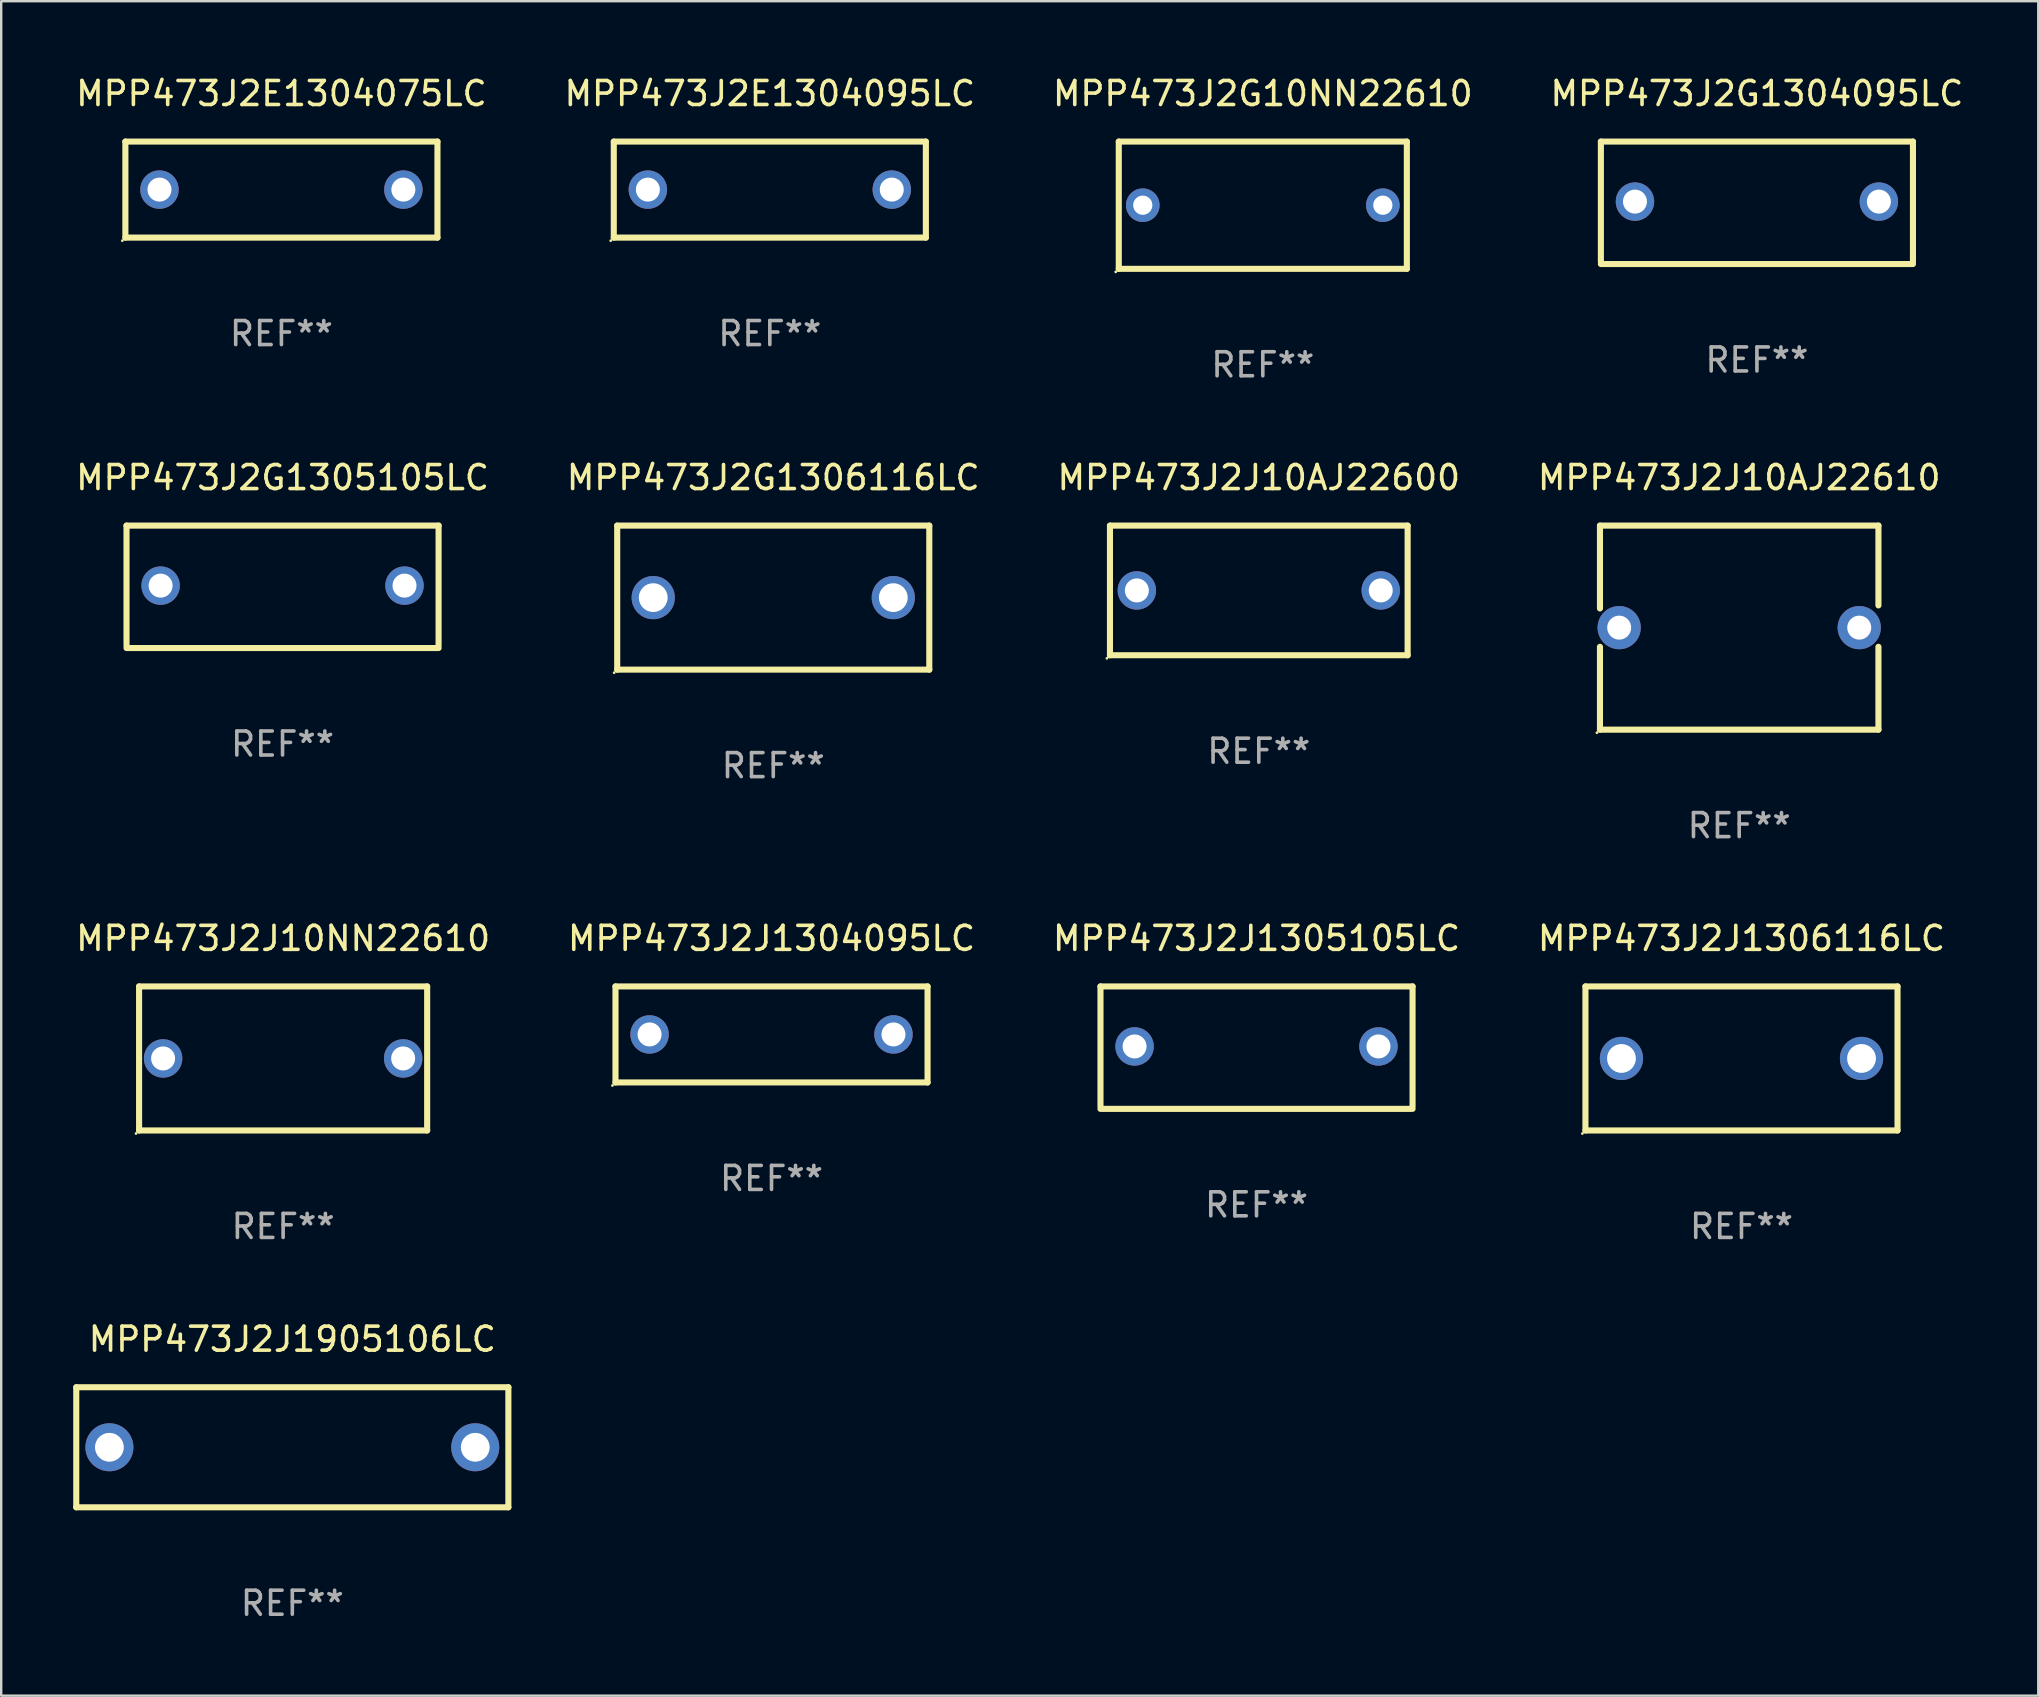
<source format=kicad_pcb>
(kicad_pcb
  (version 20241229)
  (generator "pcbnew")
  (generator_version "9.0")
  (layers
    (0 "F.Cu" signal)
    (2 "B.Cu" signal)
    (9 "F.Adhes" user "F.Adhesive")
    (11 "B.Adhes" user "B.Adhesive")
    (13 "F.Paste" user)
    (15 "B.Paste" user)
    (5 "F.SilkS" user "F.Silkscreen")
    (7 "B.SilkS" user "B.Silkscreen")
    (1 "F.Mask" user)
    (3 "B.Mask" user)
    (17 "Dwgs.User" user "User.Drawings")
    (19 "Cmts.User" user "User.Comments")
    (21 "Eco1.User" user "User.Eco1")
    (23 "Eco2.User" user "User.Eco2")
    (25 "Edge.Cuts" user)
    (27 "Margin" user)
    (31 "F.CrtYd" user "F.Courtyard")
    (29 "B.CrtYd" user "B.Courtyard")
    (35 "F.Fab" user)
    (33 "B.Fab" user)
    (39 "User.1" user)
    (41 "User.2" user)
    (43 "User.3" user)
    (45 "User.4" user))
  (footprint "MPP473J2G1306116LC"
    (layer "F.Cu")
    (at 29.161 21.845)
    (property "Reference" "MPP473J2G1306116LC" (at 0 -5 0) (layer "F.SilkS") (effects (font (size 1 1) (thickness 0.15))))
    (attr through_hole)
    (fp_line (start -6.5 -3) (end 6.5 -3) (stroke (width 0.254) (type solid)) (layer "F.SilkS"))
    (fp_line (start -6.5 3) (end -6.5 -3) (stroke (width 0.254) (type solid)) (layer "F.SilkS"))
    (fp_line (start -6.5 3) (end 6.5 3) (stroke (width 0.254) (type solid)) (layer "F.SilkS"))
    (fp_line (start 6.5 -3) (end 6.5 3) (stroke (width 0.254) (type solid)) (layer "F.SilkS"))
    (fp_circle (center -6.627 3.127) (end -6.597 3.127) (stroke (width 0.06) (type solid)) (fill no) (layer "F.SilkS"))
    (fp_text user "REF**" (at 0 7 0) (layer "F.Fab") (effects (font (size 1 1) (thickness 0.15))))
    (pad "1" thru_hole circle (at -5 0) (size 1.8 1.8) (drill 1.2) (layers "*.Cu" "*.Mask"))
    (pad "2" thru_hole circle (at 5 0) (size 1.8 1.8) (drill 1.2) (layers "*.Cu" "*.Mask")))
  (footprint "MPP473J2E1304075LC"
    (layer "F.Cu")
    (at 8.673 4.848)
    (property "Reference" "MPP473J2E1304075LC" (at 0 -4 0) (layer "F.SilkS") (effects (font (size 1 1) (thickness 0.15))))
    (attr through_hole)
    (fp_line (start -6.5 -2) (end 6.5 -2) (stroke (width 0.254) (type solid)) (layer "F.SilkS"))
    (fp_line (start -6.5 2) (end -6.5 -2) (stroke (width 0.254) (type solid)) (layer "F.SilkS"))
    (fp_line (start 6.5 -2) (end 6.5 2) (stroke (width 0.254) (type solid)) (layer "F.SilkS"))
    (fp_line (start 6.5 2) (end -6.5 2) (stroke (width 0.254) (type solid)) (layer "F.SilkS"))
    (fp_circle (center -6.627 2.127) (end -6.597 2.127) (stroke (width 0.06) (type solid)) (fill no) (layer "F.SilkS"))
    (fp_text user "REF**" (at 0 6 0) (layer "F.Fab") (effects (font (size 1 1) (thickness 0.15))))
    (pad "1" thru_hole circle (at -5.08 0) (size 1.6 1.6) (drill 1) (layers "*.Cu" "*.Mask"))
    (pad "2" thru_hole circle (at 5.08 0) (size 1.6 1.6) (drill 1) (layers "*.Cu" "*.Mask")))
  (footprint "MPP473J2J1304095LC"
    (layer "F.Cu")
    (at 29.089 40.041)
    (property "Reference" "MPP473J2J1304095LC" (at 0 -4 0) (layer "F.SilkS") (effects (font (size 1 1) (thickness 0.15))))
    (attr through_hole)
    (fp_line (start -6.5 -2) (end 6.5 -2) (stroke (width 0.254) (type solid)) (layer "F.SilkS"))
    (fp_line (start -6.5 2) (end -6.5 -2) (stroke (width 0.254) (type solid)) (layer "F.SilkS"))
    (fp_line (start 6.5 -2) (end 6.5 2) (stroke (width 0.254) (type solid)) (layer "F.SilkS"))
    (fp_line (start 6.5 2) (end -6.5 2) (stroke (width 0.254) (type solid)) (layer "F.SilkS"))
    (fp_circle (center -6.627 2.127) (end -6.597 2.127) (stroke (width 0.06) (type solid)) (fill no) (layer "F.SilkS"))
    (fp_text user "REF**" (at 0 6 0) (layer "F.Fab") (effects (font (size 1 1) (thickness 0.15))))
    (pad "1" thru_hole circle (at -5.08 0) (size 1.6 1.6) (drill 1) (layers "*.Cu" "*.Mask"))
    (pad "2" thru_hole circle (at 5.08 0) (size 1.6 1.6) (drill 1) (layers "*.Cu" "*.Mask")))
  (footprint "MPP473J2J1305105LC"
    (layer "F.Cu")
    (at 49.292 40.591)
    (property "Reference" "MPP473J2J1305105LC" (at 0 -4.55 0) (layer "F.SilkS") (effects (font (size 1 1) (thickness 0.15))))
    (attr through_hole)
    (fp_line (start -6.5 -2.55) (end 6.5 -2.55) (stroke (width 0.254) (type solid)) (layer "F.SilkS"))
    (fp_line (start -6.5 2.45) (end -6.5 -2.55) (stroke (width 0.254) (type solid)) (layer "F.SilkS"))
    (fp_line (start 6.5 -2.55) (end 6.5 2.45) (stroke (width 0.254) (type solid)) (layer "F.SilkS"))
    (fp_line (start 6.5 2.55) (end -6.5 2.55) (stroke (width 0.254) (type solid)) (layer "F.SilkS"))
    (fp_circle (center -6.5 2.45) (end -6.47 2.45) (stroke (width 0.06) (type solid)) (fill no) (layer "F.SilkS"))
    (fp_text user "REF**" (at 0 6.55 0) (layer "F.Fab") (effects (font (size 1 1) (thickness 0.15))))
    (pad "1" thru_hole circle (at -5.08 -0.05) (size 1.6 1.6) (drill 1) (layers "*.Cu" "*.Mask"))
    (pad "2" thru_hole circle (at 5.08 -0.05) (size 1.6 1.6) (drill 1) (layers "*.Cu" "*.Mask")))
  (footprint "MPP473J2G10NN22610"
    (layer "F.Cu")
    (at 49.554 5.498)
    (property "Reference" "MPP473J2G10NN22610" (at 0 -4.65 0) (layer "F.SilkS") (effects (font (size 1 1) (thickness 0.15))))
    (attr through_hole)
    (fp_line (start -6 -2.65) (end -6 2.65) (stroke (width 0.254) (type solid)) (layer "F.SilkS"))
    (fp_line (start -6 -2.65) (end 6 -2.65) (stroke (width 0.254) (type solid)) (layer "F.SilkS"))
    (fp_line (start 6 -2.65) (end 6 2.65) (stroke (width 0.254) (type solid)) (layer "F.SilkS"))
    (fp_line (start 6 2.65) (end -6 2.65) (stroke (width 0.254) (type solid)) (layer "F.SilkS"))
    (fp_circle (center -6.127 2.777) (end -6.097 2.777) (stroke (width 0.06) (type solid)) (fill no) (layer "F.SilkS"))
    (fp_text user "REF**" (at 0 6.65 0) (layer "F.Fab") (effects (font (size 1 1) (thickness 0.15))))
    (pad "1" thru_hole circle (at -5 0) (size 1.4 1.4) (drill 0.8) (layers "*.Cu" "*.Mask"))
    (pad "2" thru_hole circle (at 5 0) (size 1.4 1.4) (drill 0.8) (layers "*.Cu" "*.Mask")))
  (footprint "MPP473J2J10NN22610"
    (layer "F.Cu")
    (at 8.744 41.041)
    (property "Reference" "MPP473J2J10NN22610" (at 0 -5 0) (layer "F.SilkS") (effects (font (size 1 1) (thickness 0.15))))
    (attr through_hole)
    (fp_line (start -6 -3) (end 6 -3) (stroke (width 0.254) (type solid)) (layer "F.SilkS"))
    (fp_line (start -6 3) (end -6 -3) (stroke (width 0.254) (type solid)) (layer "F.SilkS"))
    (fp_line (start 6 -3) (end 6 3) (stroke (width 0.254) (type solid)) (layer "F.SilkS"))
    (fp_line (start 6 3) (end -6 3) (stroke (width 0.254) (type solid)) (layer "F.SilkS"))
    (fp_circle (center -6.127 3.127) (end -6.097 3.127) (stroke (width 0.06) (type solid)) (fill no) (layer "F.SilkS"))
    (fp_text user "REF**" (at 0 7 0) (layer "F.Fab") (effects (font (size 1 1) (thickness 0.15))))
    (pad "1" thru_hole circle (at -5 0) (size 1.6 1.6) (drill 1) (layers "*.Cu" "*.Mask"))
    (pad "2" thru_hole circle (at 5 0) (size 1.6 1.6) (drill 1) (layers "*.Cu" "*.Mask")))
  (footprint "MPP473J2G1305105LC"
    (layer "F.Cu")
    (at 8.72 21.395)
    (property "Reference" "MPP473J2G1305105LC" (at 0 -4.55 0) (layer "F.SilkS") (effects (font (size 1 1) (thickness 0.15))))
    (attr through_hole)
    (fp_line (start -6.5 -2.55) (end 6.5 -2.55) (stroke (width 0.254) (type solid)) (layer "F.SilkS"))
    (fp_line (start -6.5 2.45) (end -6.5 -2.55) (stroke (width 0.254) (type solid)) (layer "F.SilkS"))
    (fp_line (start 6.5 -2.55) (end 6.5 2.45) (stroke (width 0.254) (type solid)) (layer "F.SilkS"))
    (fp_line (start 6.5 2.55) (end -6.5 2.55) (stroke (width 0.254) (type solid)) (layer "F.SilkS"))
    (fp_circle (center -6.5 2.45) (end -6.47 2.45) (stroke (width 0.06) (type solid)) (fill no) (layer "F.SilkS"))
    (fp_text user "REF**" (at 0 6.55 0) (layer "F.Fab") (effects (font (size 1 1) (thickness 0.15))))
    (pad "1" thru_hole circle (at -5.08 -0.05) (size 1.6 1.6) (drill 1) (layers "*.Cu" "*.Mask"))
    (pad "2" thru_hole circle (at 5.08 -0.05) (size 1.6 1.6) (drill 1) (layers "*.Cu" "*.Mask")))
  (footprint "MPP473J2J10AJ22600"
    (layer "F.Cu")
    (at 49.387 21.545)
    (property "Reference" "MPP473J2J10AJ22600" (at 0 -4.7 0) (layer "F.SilkS") (effects (font (size 1 1) (thickness 0.15))))
    (attr through_hole)
    (fp_line (start -6.2 -2.7) (end 6.2 -2.7) (stroke (width 0.254) (type solid)) (layer "F.SilkS"))
    (fp_line (start -6.2 2.7) (end -6.2 -2.7) (stroke (width 0.254) (type solid)) (layer "F.SilkS"))
    (fp_line (start 6.2 -2.7) (end 6.2 2.7) (stroke (width 0.254) (type solid)) (layer "F.SilkS"))
    (fp_line (start 6.2 2.7) (end -6.2 2.7) (stroke (width 0.254) (type solid)) (layer "F.SilkS"))
    (fp_circle (center -6.327 2.827) (end -6.297 2.827) (stroke (width 0.06) (type solid)) (fill no) (layer "F.SilkS"))
    (fp_text user "REF**" (at 0 6.7 0) (layer "F.Fab") (effects (font (size 1 1) (thickness 0.15))))
    (pad "1" thru_hole circle (at -5.08 0) (size 1.6 1.6) (drill 1) (layers "*.Cu" "*.Mask"))
    (pad "2" thru_hole circle (at 5.08 0) (size 1.6 1.6) (drill 1) (layers "*.Cu" "*.Mask")))
  (footprint "MPP473J2J1306116LC"
    (layer "F.Cu")
    (at 69.494 41.041)
    (property "Reference" "MPP473J2J1306116LC" (at 0 -5 0) (layer "F.SilkS") (effects (font (size 1 1) (thickness 0.15))))
    (attr through_hole)
    (fp_line (start -6.5 -3) (end 6.5 -3) (stroke (width 0.254) (type solid)) (layer "F.SilkS"))
    (fp_line (start -6.5 3) (end -6.5 -3) (stroke (width 0.254) (type solid)) (layer "F.SilkS"))
    (fp_line (start -6.5 3) (end 6.5 3) (stroke (width 0.254) (type solid)) (layer "F.SilkS"))
    (fp_line (start 6.5 -3) (end 6.5 3) (stroke (width 0.254) (type solid)) (layer "F.SilkS"))
    (fp_circle (center -6.627 3.127) (end -6.597 3.127) (stroke (width 0.06) (type solid)) (fill no) (layer "F.SilkS"))
    (fp_text user "REF**" (at 0 7 0) (layer "F.Fab") (effects (font (size 1 1) (thickness 0.15))))
    (pad "1" thru_hole circle (at -5 0) (size 1.8 1.8) (drill 1.2) (layers "*.Cu" "*.Mask"))
    (pad "2" thru_hole circle (at 5 0) (size 1.8 1.8) (drill 1.2) (layers "*.Cu" "*.Mask")))
  (footprint "MPP473J2J1905106LC"
    (layer "F.Cu")
    (at 9.127 57.238)
    (property "Reference" "MPP473J2J1905106LC" (at 0 -4.5 0) (layer "F.SilkS") (effects (font (size 1 1) (thickness 0.15))))
    (attr through_hole)
    (fp_line (start -9 -2.5) (end 9 -2.5) (stroke (width 0.254) (type solid)) (layer "F.SilkS"))
    (fp_line (start -9 2.5) (end -9 -2.5) (stroke (width 0.254) (type solid)) (layer "F.SilkS"))
    (fp_line (start 9 -2.5) (end 9 2.5) (stroke (width 0.254) (type solid)) (layer "F.SilkS"))
    (fp_line (start 9 2.5) (end -9 2.5) (stroke (width 0.254) (type solid)) (layer "F.SilkS"))
    (fp_circle (center -9 2.5) (end -8.97 2.5) (stroke (width 0.06) (type solid)) (fill no) (layer "F.SilkS"))
    (fp_text user "REF**" (at 0 6.5 0) (layer "F.Fab") (effects (font (size 1 1) (thickness 0.15))))
    (pad "1" thru_hole circle (at -7.62 -0.000127) (size 2 2) (drill 1.2) (layers "*.Cu" "*.Mask"))
    (pad "2" thru_hole circle (at 7.62 -0.000127) (size 2 2) (drill 1.2) (layers "*.Cu" "*.Mask")))
  (footprint "MPP473J2G1304095LC"
    (layer "F.Cu")
    (at 70.137 5.398)
    (property "Reference" "MPP473J2G1304095LC" (at 0 -4.55 0) (layer "F.SilkS") (effects (font (size 1 1) (thickness 0.15))))
    (attr through_hole)
    (fp_line (start -6.5 -2.55) (end 6.5 -2.55) (stroke (width 0.254) (type solid)) (layer "F.SilkS"))
    (fp_line (start -6.5 2.45) (end -6.5 -2.55) (stroke (width 0.254) (type solid)) (layer "F.SilkS"))
    (fp_line (start 6.5 -2.55) (end 6.5 2.45) (stroke (width 0.254) (type solid)) (layer "F.SilkS"))
    (fp_line (start 6.5 2.55) (end -6.5 2.55) (stroke (width 0.254) (type solid)) (layer "F.SilkS"))
    (fp_circle (center -6.5 2.45) (end -6.47 2.45) (stroke (width 0.06) (type solid)) (fill no) (layer "F.SilkS"))
    (fp_text user "REF**" (at 0 6.55 0) (layer "F.Fab") (effects (font (size 1 1) (thickness 0.15))))
    (pad "1" thru_hole circle (at -5.08 -0.05) (size 1.6 1.6) (drill 1) (layers "*.Cu" "*.Mask"))
    (pad "2" thru_hole circle (at 5.08 -0.05) (size 1.6 1.6) (drill 1) (layers "*.Cu" "*.Mask")))
  (footprint "MPP473J2E1304095LC"
    (layer "F.Cu")
    (at 29.018 4.848)
    (property "Reference" "MPP473J2E1304095LC" (at 0 -4 0) (layer "F.SilkS") (effects (font (size 1 1) (thickness 0.15))))
    (attr through_hole)
    (fp_line (start -6.5 -2) (end 6.5 -2) (stroke (width 0.254) (type solid)) (layer "F.SilkS"))
    (fp_line (start -6.5 2) (end -6.5 -2) (stroke (width 0.254) (type solid)) (layer "F.SilkS"))
    (fp_line (start 6.5 -2) (end 6.5 2) (stroke (width 0.254) (type solid)) (layer "F.SilkS"))
    (fp_line (start 6.5 2) (end -6.5 2) (stroke (width 0.254) (type solid)) (layer "F.SilkS"))
    (fp_circle (center -6.627 2.127) (end -6.597 2.127) (stroke (width 0.06) (type solid)) (fill no) (layer "F.SilkS"))
    (fp_text user "REF**" (at 0 6 0) (layer "F.Fab") (effects (font (size 1 1) (thickness 0.15))))
    (pad "1" thru_hole circle (at -5.08 0) (size 1.6 1.6) (drill 1) (layers "*.Cu" "*.Mask"))
    (pad "2" thru_hole circle (at 5.08 0) (size 1.6 1.6) (drill 1) (layers "*.Cu" "*.Mask")))
  (footprint "MPP473J2J10AJ22610"
    (layer "F.Cu")
    (at 69.399 23.095)
    (property "Reference" "MPP473J2J10AJ22610" (at 0 -6.25 0) (layer "F.SilkS") (effects (font (size 1 1) (thickness 0.15))))
    (attr through_hole)
    (fp_line (start -5.8 -4.25) (end -5.8 -0.799) (stroke (width 0.254) (type solid)) (layer "F.SilkS"))
    (fp_line (start -5.8 -4.25) (end 5.8 -4.25) (stroke (width 0.254) (type solid)) (layer "F.SilkS"))
    (fp_line (start -5.8 0.799) (end -5.8 4.25) (stroke (width 0.254) (type solid)) (layer "F.SilkS"))
    (fp_line (start -5.8 4.25) (end 5.8 4.25) (stroke (width 0.254) (type solid)) (layer "F.SilkS"))
    (fp_line (start 5.8 -4.25) (end 5.8 -0.926) (stroke (width 0.254) (type solid)) (layer "F.SilkS"))
    (fp_line (start 5.8 0.799) (end 5.8 4.25) (stroke (width 0.254) (type solid)) (layer "F.SilkS"))
    (fp_circle (center -5.927 4.377) (end -5.897 4.377) (stroke (width 0.06) (type solid)) (fill no) (layer "F.SilkS"))
    (fp_text user "REF**" (at 0 8.25 0) (layer "F.Fab") (effects (font (size 1 1) (thickness 0.15))))
    (pad "1" thru_hole circle (at -5 0) (size 1.8 1.8) (drill 1) (layers "*.Cu" "*.Mask"))
    (pad "2" thru_hole circle (at 5 0) (size 1.8 1.8) (drill 1) (layers "*.Cu" "*.Mask")))
  (gr_rect
    (start -3 -3)
    (end 81.857 67.586)
    (stroke (width 0.1) (type default))
    (fill no)
    (layer "Edge.Cuts")))
</source>
